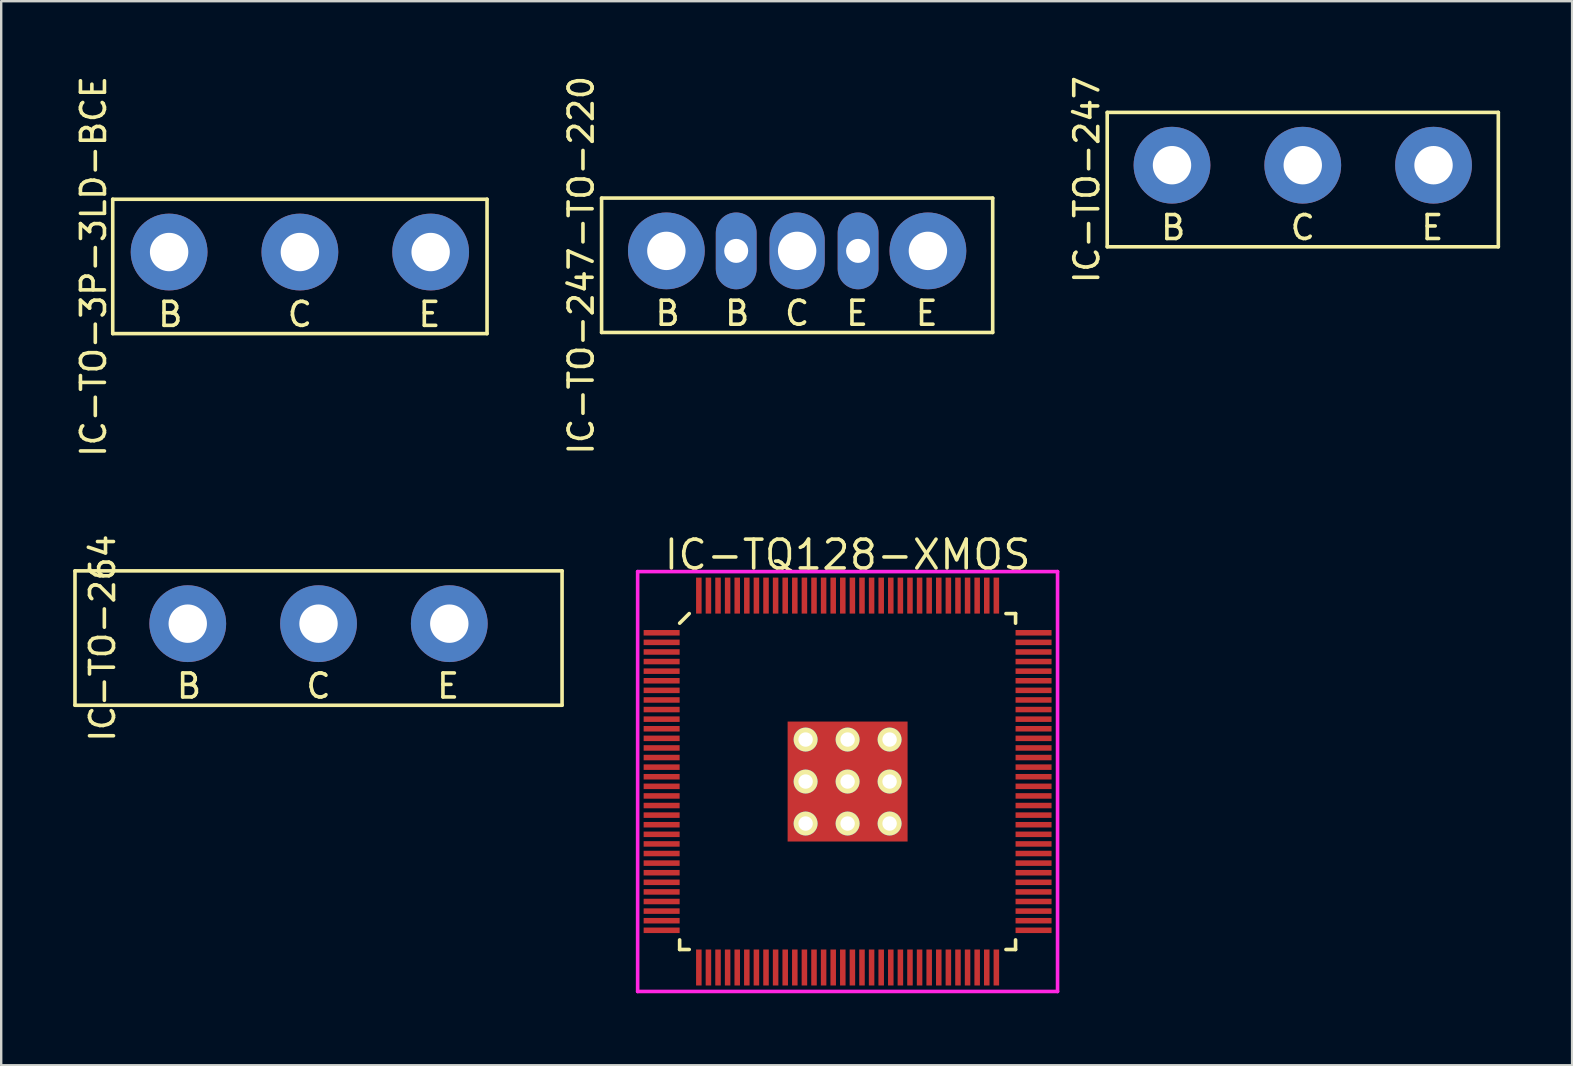
<source format=kicad_pcb>
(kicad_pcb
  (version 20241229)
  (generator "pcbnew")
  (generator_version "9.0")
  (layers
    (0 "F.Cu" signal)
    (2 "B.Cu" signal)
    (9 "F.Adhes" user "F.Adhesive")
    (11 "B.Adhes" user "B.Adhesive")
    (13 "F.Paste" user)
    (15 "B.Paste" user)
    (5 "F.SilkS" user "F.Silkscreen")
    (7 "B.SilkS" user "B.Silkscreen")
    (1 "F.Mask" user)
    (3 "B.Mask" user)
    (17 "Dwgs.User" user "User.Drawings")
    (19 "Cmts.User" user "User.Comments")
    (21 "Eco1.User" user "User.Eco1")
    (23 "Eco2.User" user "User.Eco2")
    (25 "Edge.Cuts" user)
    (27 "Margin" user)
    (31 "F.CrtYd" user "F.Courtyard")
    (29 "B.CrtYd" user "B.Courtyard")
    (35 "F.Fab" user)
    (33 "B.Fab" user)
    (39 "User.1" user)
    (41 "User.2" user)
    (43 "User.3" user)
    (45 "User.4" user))
  (footprint "IC-TO−264"
    (layer "F.Cu")
    (at 10.225 22.942)
    (property "Reference" "IC-TO−264" (at -9 0.6 90) (layer "F.SilkS") (effects (font (size 1 1) (thickness 0.15))))
    (attr through_hole)
    (fp_line (start -10.15 -2.2) (end -10.15 3.4) (stroke (width 0.15) (type solid)) (layer "F.SilkS"))
    (fp_line (start -10.15 3.4) (end 10.15 3.4) (stroke (width 0.15) (type solid)) (layer "F.SilkS"))
    (fp_line (start 10.15 -2.2) (end -10.15 -2.2) (stroke (width 0.15) (type solid)) (layer "F.SilkS"))
    (fp_line (start 10.15 3.4) (end 10.15 -2.2) (stroke (width 0.15) (type solid)) (layer "F.SilkS"))
    (fp_text user "E" (at 5.4 2.6 0) (layer "F.SilkS") (effects (font (size 1 1) (thickness 0.15))))
    (fp_text user "B" (at -5.4 2.6 0) (layer "F.SilkS") (effects (font (size 1 1) (thickness 0.15))))
    (fp_text user "C" (at 0 2.6 0) (layer "F.SilkS") (effects (font (size 1 1) (thickness 0.15))))
    (pad "1" thru_hole circle (at -5.45 0) (size 3.2 3.2) (drill 1.6) (layers "*.Cu" "*.Mask"))
    (pad "2" thru_hole circle (at 0 0) (size 3.2 3.2) (drill 1.6) (layers "*.Cu" "*.Mask"))
    (pad "3" thru_hole circle (at 5.45 0) (size 3.2 3.2) (drill 1.6) (layers "*.Cu" "*.Mask")))
  (footprint "IC-TO−247"
    (layer "F.Cu")
    (at 51.245 3.835)
    (property "Reference" "IC-TO−247" (at -9 0.6 90) (layer "F.SilkS") (effects (font (size 1 1) (thickness 0.15))))
    (attr through_hole)
    (fp_line (start -8.15 -2.2) (end -8.15 3.4) (stroke (width 0.15) (type solid)) (layer "F.SilkS"))
    (fp_line (start -8.15 3.4) (end 8.15 3.4) (stroke (width 0.15) (type solid)) (layer "F.SilkS"))
    (fp_line (start 8.15 -2.2) (end -8.15 -2.2) (stroke (width 0.15) (type solid)) (layer "F.SilkS"))
    (fp_line (start 8.15 3.4) (end 8.15 -2.2) (stroke (width 0.15) (type solid)) (layer "F.SilkS"))
    (fp_text user "E" (at 5.4 2.6 0) (layer "F.SilkS") (effects (font (size 1 1) (thickness 0.15))))
    (fp_text user "C" (at 0 2.6 0) (layer "F.SilkS") (effects (font (size 1 1) (thickness 0.15))))
    (fp_text user "B" (at -5.4 2.6 0) (layer "F.SilkS") (effects (font (size 1 1) (thickness 0.15))))
    (pad "1" thru_hole circle (at -5.45 0) (size 3.2 3.2) (drill 1.6) (layers "*.Cu" "*.Mask"))
    (pad "2" thru_hole circle (at 0 0) (size 3.2 3.2) (drill 1.6) (layers "*.Cu" "*.Mask"))
    (pad "3" thru_hole circle (at 5.45 0) (size 3.2 3.2) (drill 1.6) (layers "*.Cu" "*.Mask")))
  (footprint "IC-TO−3P−3LD-BCE"
    (layer "F.Cu")
    (at 9.448 7.454)
    (property "Reference" "IC-TO−3P−3LD-BCE" (at -8.6 0.6 90) (layer "F.SilkS") (effects (font (size 1 1) (thickness 0.15))))
    (attr through_hole)
    (fp_line (start -7.8 -2.2) (end -7.8 3.4) (stroke (width 0.15) (type solid)) (layer "F.SilkS"))
    (fp_line (start -7.8 3.4) (end 7.8 3.4) (stroke (width 0.15) (type solid)) (layer "F.SilkS"))
    (fp_line (start 7.8 -2.2) (end -7.8 -2.2) (stroke (width 0.15) (type solid)) (layer "F.SilkS"))
    (fp_line (start 7.8 3.4) (end 7.8 -2.2) (stroke (width 0.15) (type solid)) (layer "F.SilkS"))
    (fp_text user "E" (at 5.4 2.6 0) (layer "F.SilkS") (effects (font (size 1 1) (thickness 0.15))))
    (fp_text user "C" (at 0 2.6 0) (layer "F.SilkS") (effects (font (size 1 1) (thickness 0.15))))
    (fp_text user "B" (at -5.4 2.6 0) (layer "F.SilkS") (effects (font (size 1 1) (thickness 0.15))))
    (pad "1" thru_hole circle (at -5.45 0) (size 3.2 3.2) (drill 1.6) (layers "*.Cu" "*.Mask"))
    (pad "2" thru_hole circle (at 0 0) (size 3.2 3.2) (drill 1.6) (layers "*.Cu" "*.Mask"))
    (pad "3" thru_hole circle (at 5.45 0) (size 3.2 3.2) (drill 1.6) (layers "*.Cu" "*.Mask")))
  (footprint "IC-TQ128-XMOS"
    (layer "F.Cu")
    (at 32.275 29.522)
    (property "Reference" "IC-TQ128-XMOS" (at 0 -9.45 0) (layer "F.SilkS") (effects (font (size 1.2 1.2) (thickness 0.15))))
    (attr through_hole)
    (fp_line (start -7 -6.6) (end -6.6 -7) (stroke (width 0.15) (type solid)) (layer "F.SilkS"))
    (fp_line (start -7 7) (end -7 6.6) (stroke (width 0.15) (type solid)) (layer "F.SilkS"))
    (fp_line (start -6.6 7) (end -7 7) (stroke (width 0.15) (type solid)) (layer "F.SilkS"))
    (fp_line (start 6.6 -7) (end 7 -7) (stroke (width 0.15) (type solid)) (layer "F.SilkS"))
    (fp_line (start 6.6 7) (end 7 7) (stroke (width 0.15) (type solid)) (layer "F.SilkS"))
    (fp_line (start 7 -7) (end 7 -6.6) (stroke (width 0.15) (type solid)) (layer "F.SilkS"))
    (fp_line (start 7 7) (end 7 6.6) (stroke (width 0.15) (type solid)) (layer "F.SilkS"))
    (fp_line (start -8.75 -8.75) (end 8.75 -8.75) (stroke (width 0.15) (type solid)) (layer "F.CrtYd"))
    (fp_line (start -8.75 8.75) (end -8.75 -8.75) (stroke (width 0.15) (type solid)) (layer "F.CrtYd"))
    (fp_line (start 8.75 -8.75) (end 8.75 8.75) (stroke (width 0.15) (type solid)) (layer "F.CrtYd"))
    (fp_line (start 8.75 8.75) (end -8.75 8.75) (stroke (width 0.15) (type solid)) (layer "F.CrtYd"))
    (pad "1" smd rect (at -7.75 -6.2 90) (size 0.23 1.5) (layers "F.Cu" "F.Mask" "F.Paste"))
    (pad "2" smd rect (at -7.75 -5.8 90) (size 0.23 1.5) (layers "F.Cu" "F.Mask" "F.Paste"))
    (pad "3" smd rect (at -7.75 -5.4 90) (size 0.23 1.5) (layers "F.Cu" "F.Mask" "F.Paste"))
    (pad "4" smd rect (at -7.75 -5 90) (size 0.23 1.5) (layers "F.Cu" "F.Mask" "F.Paste"))
    (pad "5" smd rect (at -7.75 -4.6 90) (size 0.23 1.5) (layers "F.Cu" "F.Mask" "F.Paste"))
    (pad "6" smd rect (at -7.75 -4.2 90) (size 0.23 1.5) (layers "F.Cu" "F.Mask" "F.Paste"))
    (pad "7" smd rect (at -7.75 -3.8 90) (size 0.23 1.5) (layers "F.Cu" "F.Mask" "F.Paste"))
    (pad "8" smd rect (at -7.75 -3.4 90) (size 0.23 1.5) (layers "F.Cu" "F.Mask" "F.Paste"))
    (pad "9" smd rect (at -7.75 -3 90) (size 0.23 1.5) (layers "F.Cu" "F.Mask" "F.Paste"))
    (pad "10" smd rect (at -7.75 -2.6 90) (size 0.23 1.5) (layers "F.Cu" "F.Mask" "F.Paste"))
    (pad "11" smd rect (at -7.75 -2.2 90) (size 0.23 1.5) (layers "F.Cu" "F.Mask" "F.Paste"))
    (pad "12" smd rect (at -7.75 -1.8 90) (size 0.23 1.5) (layers "F.Cu" "F.Mask" "F.Paste"))
    (pad "13" smd rect (at -7.75 -1.4 90) (size 0.23 1.5) (layers "F.Cu" "F.Mask" "F.Paste"))
    (pad "14" smd rect (at -7.75 -1 90) (size 0.23 1.5) (layers "F.Cu" "F.Mask" "F.Paste"))
    (pad "15" smd rect (at -7.75 -0.6 90) (size 0.23 1.5) (layers "F.Cu" "F.Mask" "F.Paste"))
    (pad "16" smd rect (at -7.75 -0.2 90) (size 0.23 1.5) (layers "F.Cu" "F.Mask" "F.Paste"))
    (pad "17" smd rect (at -7.75 0.2 90) (size 0.23 1.5) (layers "F.Cu" "F.Mask" "F.Paste"))
    (pad "18" smd rect (at -7.75 0.6 90) (size 0.23 1.5) (layers "F.Cu" "F.Mask" "F.Paste"))
    (pad "19" smd rect (at -7.75 1 90) (size 0.23 1.5) (layers "F.Cu" "F.Mask" "F.Paste"))
    (pad "20" smd rect (at -7.75 1.4 90) (size 0.23 1.5) (layers "F.Cu" "F.Mask" "F.Paste"))
    (pad "21" smd rect (at -7.75 1.8 90) (size 0.23 1.5) (layers "F.Cu" "F.Mask" "F.Paste"))
    (pad "22" smd rect (at -7.75 2.2 90) (size 0.23 1.5) (layers "F.Cu" "F.Mask" "F.Paste"))
    (pad "23" smd rect (at -7.75 2.6 90) (size 0.23 1.5) (layers "F.Cu" "F.Mask" "F.Paste"))
    (pad "24" smd rect (at -7.75 3 90) (size 0.23 1.5) (layers "F.Cu" "F.Mask" "F.Paste"))
    (pad "25" smd rect (at -7.75 3.4 90) (size 0.23 1.5) (layers "F.Cu" "F.Mask" "F.Paste"))
    (pad "26" smd rect (at -7.75 3.8 90) (size 0.23 1.5) (layers "F.Cu" "F.Mask" "F.Paste"))
    (pad "27" smd rect (at -7.75 4.2 90) (size 0.23 1.5) (layers "F.Cu" "F.Mask" "F.Paste"))
    (pad "28" smd rect (at -7.75 4.6 90) (size 0.23 1.5) (layers "F.Cu" "F.Mask" "F.Paste"))
    (pad "29" smd rect (at -7.75 5 90) (size 0.23 1.5) (layers "F.Cu" "F.Mask" "F.Paste"))
    (pad "30" smd rect (at -7.75 5.4 90) (size 0.23 1.5) (layers "F.Cu" "F.Mask" "F.Paste"))
    (pad "31" smd rect (at -7.75 5.8 90) (size 0.23 1.5) (layers "F.Cu" "F.Mask" "F.Paste"))
    (pad "32" smd rect (at -7.75 6.2 90) (size 0.23 1.5) (layers "F.Cu" "F.Mask" "F.Paste"))
    (pad "33" smd rect (at -6.2 7.75) (size 0.23 1.5) (layers "F.Cu" "F.Mask" "F.Paste"))
    (pad "34" smd rect (at -5.8 7.75) (size 0.23 1.5) (layers "F.Cu" "F.Mask" "F.Paste"))
    (pad "35" smd rect (at -5.4 7.75) (size 0.23 1.5) (layers "F.Cu" "F.Mask" "F.Paste"))
    (pad "36" smd rect (at -5 7.75) (size 0.23 1.5) (layers "F.Cu" "F.Mask" "F.Paste"))
    (pad "37" smd rect (at -4.6 7.75) (size 0.23 1.5) (layers "F.Cu" "F.Mask" "F.Paste"))
    (pad "38" smd rect (at -4.2 7.75) (size 0.23 1.5) (layers "F.Cu" "F.Mask" "F.Paste"))
    (pad "39" smd rect (at -3.8 7.75) (size 0.23 1.5) (layers "F.Cu" "F.Mask" "F.Paste"))
    (pad "40" smd rect (at -3.4 7.75) (size 0.23 1.5) (layers "F.Cu" "F.Mask" "F.Paste"))
    (pad "41" smd rect (at -3 7.75) (size 0.23 1.5) (layers "F.Cu" "F.Mask" "F.Paste"))
    (pad "42" smd rect (at -2.6 7.75) (size 0.23 1.5) (layers "F.Cu" "F.Mask" "F.Paste"))
    (pad "43" smd rect (at -2.2 7.75) (size 0.23 1.5) (layers "F.Cu" "F.Mask" "F.Paste"))
    (pad "44" smd rect (at -1.8 7.75) (size 0.23 1.5) (layers "F.Cu" "F.Mask" "F.Paste"))
    (pad "45" smd rect (at -1.4 7.75) (size 0.23 1.5) (layers "F.Cu" "F.Mask" "F.Paste"))
    (pad "46" smd rect (at -1 7.75) (size 0.23 1.5) (layers "F.Cu" "F.Mask" "F.Paste"))
    (pad "47" smd rect (at -0.6 7.75) (size 0.23 1.5) (layers "F.Cu" "F.Mask" "F.Paste"))
    (pad "48" smd rect (at -0.2 7.75) (size 0.23 1.5) (layers "F.Cu" "F.Mask" "F.Paste"))
    (pad "49" smd rect (at 0.2 7.75) (size 0.23 1.5) (layers "F.Cu" "F.Mask" "F.Paste"))
    (pad "50" smd rect (at 0.6 7.75) (size 0.23 1.5) (layers "F.Cu" "F.Mask" "F.Paste"))
    (pad "51" smd rect (at 1 7.75) (size 0.23 1.5) (layers "F.Cu" "F.Mask" "F.Paste"))
    (pad "52" smd rect (at 1.4 7.75) (size 0.23 1.5) (layers "F.Cu" "F.Mask" "F.Paste"))
    (pad "53" smd rect (at 1.8 7.75) (size 0.23 1.5) (layers "F.Cu" "F.Mask" "F.Paste"))
    (pad "54" smd rect (at 2.2 7.75) (size 0.23 1.5) (layers "F.Cu" "F.Mask" "F.Paste"))
    (pad "55" smd rect (at 2.6 7.75) (size 0.23 1.5) (layers "F.Cu" "F.Mask" "F.Paste"))
    (pad "56" smd rect (at 3 7.75) (size 0.23 1.5) (layers "F.Cu" "F.Mask" "F.Paste"))
    (pad "57" smd rect (at 3.4 7.75) (size 0.23 1.5) (layers "F.Cu" "F.Mask" "F.Paste"))
    (pad "58" smd rect (at 3.8 7.75) (size 0.23 1.5) (layers "F.Cu" "F.Mask" "F.Paste"))
    (pad "59" smd rect (at 4.2 7.75) (size 0.23 1.5) (layers "F.Cu" "F.Mask" "F.Paste"))
    (pad "60" smd rect (at 4.6 7.75) (size 0.23 1.5) (layers "F.Cu" "F.Mask" "F.Paste"))
    (pad "61" smd rect (at 5 7.75) (size 0.23 1.5) (layers "F.Cu" "F.Mask" "F.Paste"))
    (pad "62" smd rect (at 5.4 7.75) (size 0.23 1.5) (layers "F.Cu" "F.Mask" "F.Paste"))
    (pad "63" smd rect (at 5.8 7.75) (size 0.23 1.5) (layers "F.Cu" "F.Mask" "F.Paste"))
    (pad "64" smd rect (at 6.2 7.75) (size 0.23 1.5) (layers "F.Cu" "F.Mask" "F.Paste"))
    (pad "65" smd rect (at 7.75 6.2 90) (size 0.23 1.5) (layers "F.Cu" "F.Mask" "F.Paste"))
    (pad "66" smd rect (at 7.75 5.8 90) (size 0.23 1.5) (layers "F.Cu" "F.Mask" "F.Paste"))
    (pad "67" smd rect (at 7.75 5.4 90) (size 0.23 1.5) (layers "F.Cu" "F.Mask" "F.Paste"))
    (pad "68" smd rect (at 7.75 5 90) (size 0.23 1.5) (layers "F.Cu" "F.Mask" "F.Paste"))
    (pad "69" smd rect (at 7.75 4.6 90) (size 0.23 1.5) (layers "F.Cu" "F.Mask" "F.Paste"))
    (pad "70" smd rect (at 7.75 4.2 90) (size 0.23 1.5) (layers "F.Cu" "F.Mask" "F.Paste"))
    (pad "71" smd rect (at 7.75 3.8 90) (size 0.23 1.5) (layers "F.Cu" "F.Mask" "F.Paste"))
    (pad "72" smd rect (at 7.75 3.4 90) (size 0.23 1.5) (layers "F.Cu" "F.Mask" "F.Paste"))
    (pad "73" smd rect (at 7.75 3 90) (size 0.23 1.5) (layers "F.Cu" "F.Mask" "F.Paste"))
    (pad "74" smd rect (at 7.75 2.6 90) (size 0.23 1.5) (layers "F.Cu" "F.Mask" "F.Paste"))
    (pad "75" smd rect (at 7.75 2.2 90) (size 0.23 1.5) (layers "F.Cu" "F.Mask" "F.Paste"))
    (pad "76" smd rect (at 7.75 1.8 90) (size 0.23 1.5) (layers "F.Cu" "F.Mask" "F.Paste"))
    (pad "77" smd rect (at 7.75 1.4 90) (size 0.23 1.5) (layers "F.Cu" "F.Mask" "F.Paste"))
    (pad "78" smd rect (at 7.75 1 90) (size 0.23 1.5) (layers "F.Cu" "F.Mask" "F.Paste"))
    (pad "79" smd rect (at 7.75 0.6 90) (size 0.23 1.5) (layers "F.Cu" "F.Mask" "F.Paste"))
    (pad "80" smd rect (at 7.75 0.2 90) (size 0.23 1.5) (layers "F.Cu" "F.Mask" "F.Paste"))
    (pad "81" smd rect (at 7.75 -0.2 90) (size 0.23 1.5) (layers "F.Cu" "F.Mask" "F.Paste"))
    (pad "82" smd rect (at 7.75 -0.6 90) (size 0.23 1.5) (layers "F.Cu" "F.Mask" "F.Paste"))
    (pad "83" smd rect (at 7.75 -1 90) (size 0.23 1.5) (layers "F.Cu" "F.Mask" "F.Paste"))
    (pad "84" smd rect (at 7.75 -1.4 90) (size 0.23 1.5) (layers "F.Cu" "F.Mask" "F.Paste"))
    (pad "85" smd rect (at 7.75 -1.8 90) (size 0.23 1.5) (layers "F.Cu" "F.Mask" "F.Paste"))
    (pad "86" smd rect (at 7.75 -2.2 90) (size 0.23 1.5) (layers "F.Cu" "F.Mask" "F.Paste"))
    (pad "87" smd rect (at 7.75 -2.6 90) (size 0.23 1.5) (layers "F.Cu" "F.Mask" "F.Paste"))
    (pad "88" smd rect (at 7.75 -3 90) (size 0.23 1.5) (layers "F.Cu" "F.Mask" "F.Paste"))
    (pad "89" smd rect (at 7.75 -3.4 90) (size 0.23 1.5) (layers "F.Cu" "F.Mask" "F.Paste"))
    (pad "90" smd rect (at 7.75 -3.8 90) (size 0.23 1.5) (layers "F.Cu" "F.Mask" "F.Paste"))
    (pad "91" smd rect (at 7.75 -4.2 90) (size 0.23 1.5) (layers "F.Cu" "F.Mask" "F.Paste"))
    (pad "92" smd rect (at 7.75 -4.6 90) (size 0.23 1.5) (layers "F.Cu" "F.Mask" "F.Paste"))
    (pad "93" smd rect (at 7.75 -5 90) (size 0.23 1.5) (layers "F.Cu" "F.Mask" "F.Paste"))
    (pad "94" smd rect (at 7.75 -5.4 90) (size 0.23 1.5) (layers "F.Cu" "F.Mask" "F.Paste"))
    (pad "95" smd rect (at 7.75 -5.8 90) (size 0.23 1.5) (layers "F.Cu" "F.Mask" "F.Paste"))
    (pad "96" smd rect (at 7.75 -6.2 90) (size 0.23 1.5) (layers "F.Cu" "F.Mask" "F.Paste"))
    (pad "97" smd rect (at 6.2 -7.75) (size 0.23 1.5) (layers "F.Cu" "F.Mask" "F.Paste"))
    (pad "98" smd rect (at 5.8 -7.75) (size 0.23 1.5) (layers "F.Cu" "F.Mask" "F.Paste"))
    (pad "99" smd rect (at 5.4 -7.75) (size 0.23 1.5) (layers "F.Cu" "F.Mask" "F.Paste"))
    (pad "100" smd rect (at 5 -7.75) (size 0.23 1.5) (layers "F.Cu" "F.Mask" "F.Paste"))
    (pad "101" smd rect (at 4.6 -7.75) (size 0.23 1.5) (layers "F.Cu" "F.Mask" "F.Paste"))
    (pad "102" smd rect (at 4.2 -7.75) (size 0.23 1.5) (layers "F.Cu" "F.Mask" "F.Paste"))
    (pad "103" smd rect (at 3.8 -7.75) (size 0.23 1.5) (layers "F.Cu" "F.Mask" "F.Paste"))
    (pad "104" smd rect (at 3.4 -7.75) (size 0.23 1.5) (layers "F.Cu" "F.Mask" "F.Paste"))
    (pad "105" smd rect (at 3 -7.75) (size 0.23 1.5) (layers "F.Cu" "F.Mask" "F.Paste"))
    (pad "106" smd rect (at 2.6 -7.75) (size 0.23 1.5) (layers "F.Cu" "F.Mask" "F.Paste"))
    (pad "107" smd rect (at 2.2 -7.75) (size 0.23 1.5) (layers "F.Cu" "F.Mask" "F.Paste"))
    (pad "108" smd rect (at 1.8 -7.75) (size 0.23 1.5) (layers "F.Cu" "F.Mask" "F.Paste"))
    (pad "109" smd rect (at 1.4 -7.75) (size 0.23 1.5) (layers "F.Cu" "F.Mask" "F.Paste"))
    (pad "110" smd rect (at 1 -7.75) (size 0.23 1.5) (layers "F.Cu" "F.Mask" "F.Paste"))
    (pad "111" smd rect (at 0.6 -7.75) (size 0.23 1.5) (layers "F.Cu" "F.Mask" "F.Paste"))
    (pad "112" smd rect (at 0.2 -7.75) (size 0.23 1.5) (layers "F.Cu" "F.Mask" "F.Paste"))
    (pad "113" smd rect (at -0.2 -7.75) (size 0.23 1.5) (layers "F.Cu" "F.Mask" "F.Paste"))
    (pad "114" smd rect (at -0.6 -7.75) (size 0.23 1.5) (layers "F.Cu" "F.Mask" "F.Paste"))
    (pad "115" smd rect (at -1 -7.75) (size 0.23 1.5) (layers "F.Cu" "F.Mask" "F.Paste"))
    (pad "116" smd rect (at -1.4 -7.75) (size 0.23 1.5) (layers "F.Cu" "F.Mask" "F.Paste"))
    (pad "117" smd rect (at -1.8 -7.75) (size 0.23 1.5) (layers "F.Cu" "F.Mask" "F.Paste"))
    (pad "118" smd rect (at -2.2 -7.75) (size 0.23 1.5) (layers "F.Cu" "F.Mask" "F.Paste"))
    (pad "119" smd rect (at -2.6 -7.75) (size 0.23 1.5) (layers "F.Cu" "F.Mask" "F.Paste"))
    (pad "120" smd rect (at -3 -7.75) (size 0.23 1.5) (layers "F.Cu" "F.Mask" "F.Paste"))
    (pad "121" smd rect (at -3.4 -7.75) (size 0.23 1.5) (layers "F.Cu" "F.Mask" "F.Paste"))
    (pad "122" smd rect (at -3.8 -7.75) (size 0.23 1.5) (layers "F.Cu" "F.Mask" "F.Paste"))
    (pad "123" smd rect (at -4.2 -7.75) (size 0.23 1.5) (layers "F.Cu" "F.Mask" "F.Paste"))
    (pad "124" smd rect (at -4.6 -7.75) (size 0.23 1.5) (layers "F.Cu" "F.Mask" "F.Paste"))
    (pad "125" smd rect (at -5 -7.75) (size 0.23 1.5) (layers "F.Cu" "F.Mask" "F.Paste"))
    (pad "126" smd rect (at -5.4 -7.75) (size 0.23 1.5) (layers "F.Cu" "F.Mask" "F.Paste"))
    (pad "127" smd rect (at -5.8 -7.75) (size 0.23 1.5) (layers "F.Cu" "F.Mask" "F.Paste"))
    (pad "128" smd rect (at -6.2 -7.75) (size 0.23 1.5) (layers "F.Cu" "F.Mask" "F.Paste"))
    (pad "EP" thru_hole oval (at -1.75 -1.75) (size 1 1) (drill 0.6) (layers "*.Cu" "*.Mask" "F.SilkS"))
    (pad "EP" thru_hole oval (at -1.75 0) (size 1 1) (drill 0.6) (layers "*.Cu" "*.Mask" "F.SilkS"))
    (pad "EP" thru_hole oval (at -1.75 1.75) (size 1 1) (drill 0.6) (layers "*.Cu" "*.Mask" "F.SilkS"))
    (pad "EP" thru_hole oval (at 0 -1.75) (size 1 1) (drill 0.6) (layers "*.Cu" "*.Mask" "F.SilkS"))
    (pad "EP" thru_hole oval (at 0 0) (size 1 1) (drill 0.6) (layers "*.Cu" "*.Mask" "F.SilkS"))
    (pad "EP" smd rect (at 0 0) (size 5 5) (layers "F.Cu" "F.Mask" "F.Paste"))
    (pad "EP" thru_hole oval (at 0 1.75) (size 1 1) (drill 0.6) (layers "*.Cu" "*.Mask" "F.SilkS"))
    (pad "EP" thru_hole oval (at 1.75 -1.75) (size 1 1) (drill 0.6) (layers "*.Cu" "*.Mask" "F.SilkS"))
    (pad "EP" thru_hole oval (at 1.75 0) (size 1 1) (drill 0.6) (layers "*.Cu" "*.Mask" "F.SilkS"))
    (pad "EP" thru_hole oval (at 1.75 1.75) (size 1 1) (drill 0.6) (layers "*.Cu" "*.Mask" "F.SilkS")))
  (footprint "IC-TO−247-TO-220"
    (layer "F.Cu")
    (at 30.172 7.406)
    (property "Reference" "IC-TO−247-TO-220" (at -9 0.6 90) (layer "F.SilkS") (effects (font (size 1 1) (thickness 0.15))))
    (attr through_hole)
    (fp_line (start -8.15 -2.2) (end -8.15 3.4) (stroke (width 0.15) (type solid)) (layer "F.SilkS"))
    (fp_line (start -8.15 3.4) (end 8.15 3.4) (stroke (width 0.15) (type solid)) (layer "F.SilkS"))
    (fp_line (start 8.15 -2.2) (end -8.15 -2.2) (stroke (width 0.15) (type solid)) (layer "F.SilkS"))
    (fp_line (start 8.15 3.4) (end 8.15 -2.2) (stroke (width 0.15) (type solid)) (layer "F.SilkS"))
    (fp_text user "E" (at 2.5 2.6 0) (layer "F.SilkS") (effects (font (size 1 1) (thickness 0.15))))
    (fp_text user "B" (at -2.5 2.6 0) (layer "F.SilkS") (effects (font (size 1 1) (thickness 0.15))))
    (fp_text user "E" (at 5.4 2.6 0) (layer "F.SilkS") (effects (font (size 1 1) (thickness 0.15))))
    (fp_text user "C" (at 0 2.6 0) (layer "F.SilkS") (effects (font (size 1 1) (thickness 0.15))))
    (fp_text user "B" (at -5.4 2.6 0) (layer "F.SilkS") (effects (font (size 1 1) (thickness 0.15))))
    (pad "1" thru_hole circle (at -5.45 0) (size 3.2 3.2) (drill 1.6) (layers "*.Cu" "*.Mask"))
    (pad "1" thru_hole oval (at -2.54 0) (size 1.7 3.2) (drill 1) (layers "*.Cu" "*.Mask"))
    (pad "2" thru_hole oval (at 0 0) (size 2.3 3.2) (drill 1.6) (layers "*.Cu" "*.Mask"))
    (pad "3" thru_hole oval (at 2.54 0) (size 1.7 3.2) (drill 1) (layers "*.Cu" "*.Mask"))
    (pad "3" thru_hole circle (at 5.45 0) (size 3.2 3.2) (drill 1.6) (layers "*.Cu" "*.Mask")))
  (gr_rect
    (start -3 -3)
    (end 62.47 41.347)
    (stroke (width 0.1) (type default))
    (fill no)
    (layer "Edge.Cuts")))
</source>
